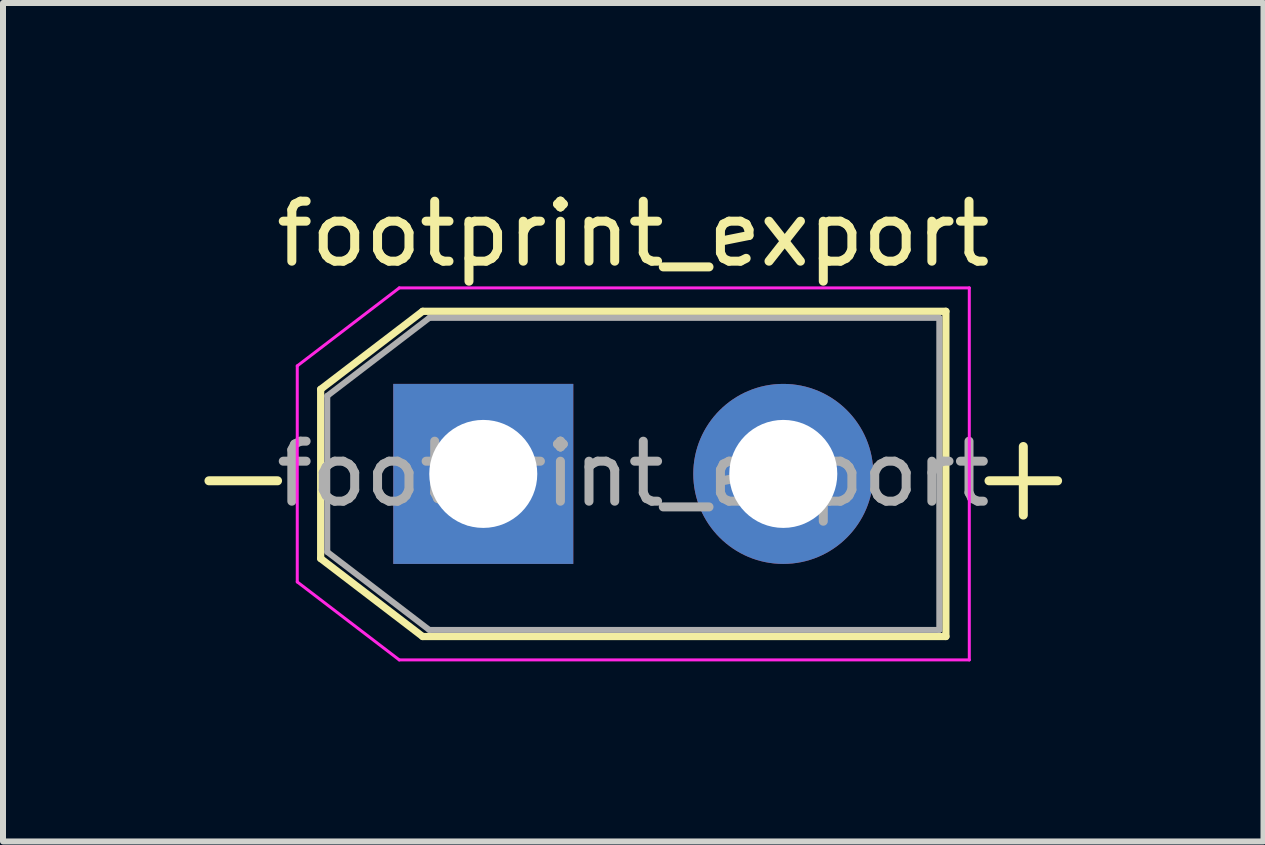
<source format=kicad_pcb>
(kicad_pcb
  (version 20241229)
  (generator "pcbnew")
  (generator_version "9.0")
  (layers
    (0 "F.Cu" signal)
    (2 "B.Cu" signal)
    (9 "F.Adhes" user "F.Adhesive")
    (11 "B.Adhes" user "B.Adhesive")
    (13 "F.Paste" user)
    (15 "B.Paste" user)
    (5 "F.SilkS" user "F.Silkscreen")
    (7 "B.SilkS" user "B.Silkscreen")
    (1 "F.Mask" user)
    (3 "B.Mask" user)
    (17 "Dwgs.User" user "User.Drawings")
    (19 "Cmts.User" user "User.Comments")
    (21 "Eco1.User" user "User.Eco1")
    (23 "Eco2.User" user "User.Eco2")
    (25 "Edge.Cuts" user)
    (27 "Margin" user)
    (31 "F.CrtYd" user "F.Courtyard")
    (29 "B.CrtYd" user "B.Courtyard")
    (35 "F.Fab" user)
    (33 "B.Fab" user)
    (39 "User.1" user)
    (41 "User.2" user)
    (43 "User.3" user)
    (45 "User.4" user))
  (footprint "footprint_export"
    (layer "F.Cu")
    (at 5.004 4.848)
    (property "Reference" "footprint_export" (at 2.5 -4 0) (layer "F.SilkS") (effects (font (size 1 1) (thickness 0.15))))
    (attr through_hole)
    (fp_line (start -2.71 -1.41) (end -2.71 1.41) (stroke (width 0.12) (type solid)) (layer "F.SilkS"))
    (fp_line (start -2.71 -1.41) (end -1.01 -2.71) (stroke (width 0.12) (type solid)) (layer "F.SilkS"))
    (fp_line (start -2.71 1.41) (end -1.01 2.71) (stroke (width 0.12) (type solid)) (layer "F.SilkS"))
    (fp_line (start -1.01 -2.71) (end 7.71 -2.71) (stroke (width 0.12) (type solid)) (layer "F.SilkS"))
    (fp_line (start -1.01 2.71) (end 7.71 2.71) (stroke (width 0.12) (type solid)) (layer "F.SilkS"))
    (fp_line (start 7.71 -2.71) (end 7.71 2.71) (stroke (width 0.12) (type solid)) (layer "F.SilkS"))
    (fp_line (start -3.1 -1.8) (end -3.1 1.8) (stroke (width 0.05) (type solid)) (layer "F.CrtYd"))
    (fp_line (start -3.1 -1.8) (end -1.4 -3.1) (stroke (width 0.05) (type solid)) (layer "F.CrtYd"))
    (fp_line (start -3.1 1.8) (end -1.4 3.1) (stroke (width 0.05) (type solid)) (layer "F.CrtYd"))
    (fp_line (start -1.4 -3.1) (end 8.1 -3.1) (stroke (width 0.05) (type solid)) (layer "F.CrtYd"))
    (fp_line (start -1.4 3.1) (end 8.1 3.1) (stroke (width 0.05) (type solid)) (layer "F.CrtYd"))
    (fp_line (start 8.1 -3.1) (end 8.1 3.1) (stroke (width 0.05) (type solid)) (layer "F.CrtYd"))
    (fp_line (start -2.6 -1.3) (end -2.6 1.3) (stroke (width 0.1) (type solid)) (layer "F.Fab"))
    (fp_line (start -2.6 -1.3) (end -0.9 -2.6) (stroke (width 0.1) (type solid)) (layer "F.Fab"))
    (fp_line (start -2.6 1.3) (end -0.9 2.6) (stroke (width 0.1) (type solid)) (layer "F.Fab"))
    (fp_line (start -0.9 -2.6) (end 7.6 -2.6) (stroke (width 0.1) (type solid)) (layer "F.Fab"))
    (fp_line (start -0.9 2.6) (end 7.6 2.6) (stroke (width 0.1) (type solid)) (layer "F.Fab"))
    (fp_line (start 7.6 -2.6) (end 7.6 2.6) (stroke (width 0.1) (type solid)) (layer "F.Fab"))
    (fp_text user "-" (at -4 0 0) (layer "F.SilkS") (effects (font (size 1.5 1.5) (thickness 0.15))))
    (fp_text user "+" (at 9 0 0) (layer "F.SilkS") (effects (font (size 1.5 1.5) (thickness 0.15))))
    (fp_text user "${REFERENCE}" (at 2.5 0 0) (layer "F.Fab") (effects (font (size 1 1) (thickness 0.15))))
    (pad "1" thru_hole rect (at 0 0) (size 3 3) (drill 1.8) (layers "*.Cu" "*.Mask"))
    (pad "2" thru_hole circle (at 5 0) (size 3 3) (drill 1.8) (layers "*.Cu" "*.Mask")))
  (gr_rect
    (start -3 -3)
    (end 18.007 10.973)
    (stroke (width 0.1) (type default))
    (fill no)
    (layer "Edge.Cuts")))
</source>
